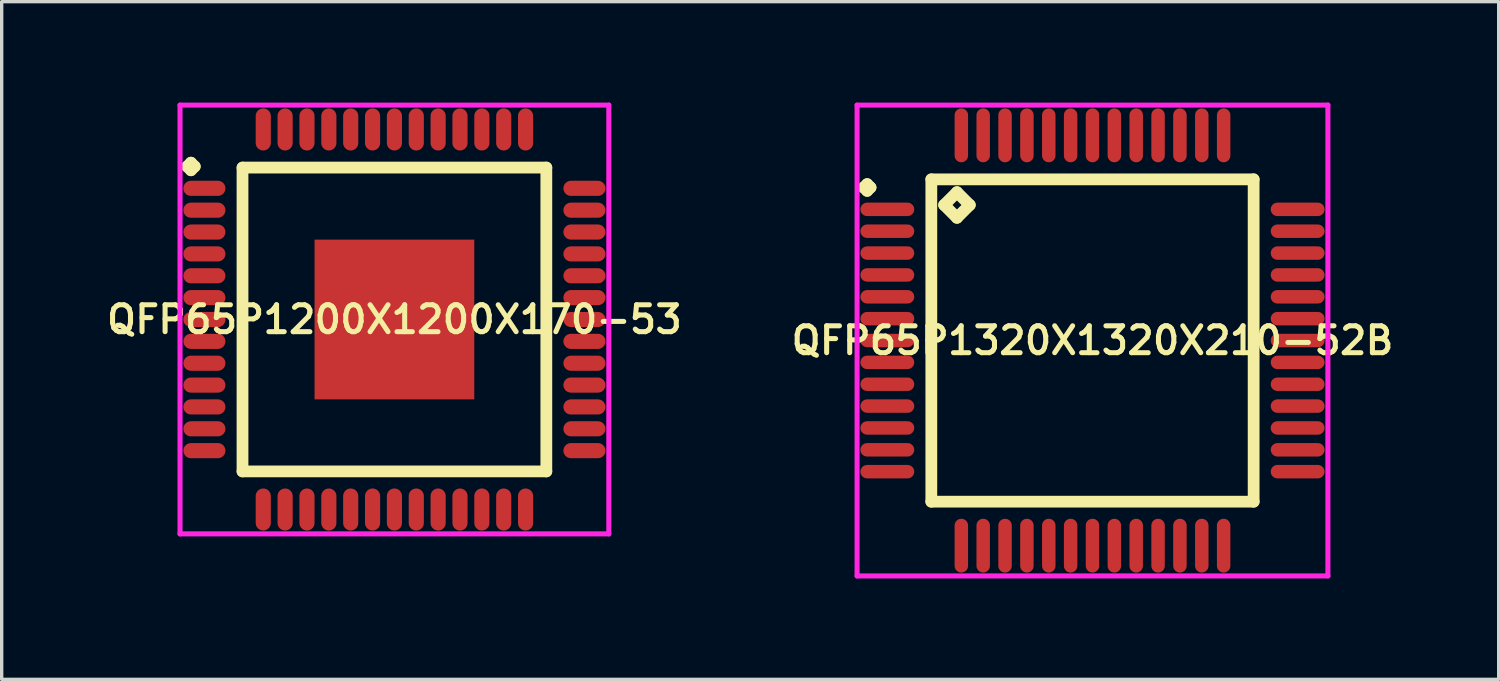
<source format=kicad_pcb>
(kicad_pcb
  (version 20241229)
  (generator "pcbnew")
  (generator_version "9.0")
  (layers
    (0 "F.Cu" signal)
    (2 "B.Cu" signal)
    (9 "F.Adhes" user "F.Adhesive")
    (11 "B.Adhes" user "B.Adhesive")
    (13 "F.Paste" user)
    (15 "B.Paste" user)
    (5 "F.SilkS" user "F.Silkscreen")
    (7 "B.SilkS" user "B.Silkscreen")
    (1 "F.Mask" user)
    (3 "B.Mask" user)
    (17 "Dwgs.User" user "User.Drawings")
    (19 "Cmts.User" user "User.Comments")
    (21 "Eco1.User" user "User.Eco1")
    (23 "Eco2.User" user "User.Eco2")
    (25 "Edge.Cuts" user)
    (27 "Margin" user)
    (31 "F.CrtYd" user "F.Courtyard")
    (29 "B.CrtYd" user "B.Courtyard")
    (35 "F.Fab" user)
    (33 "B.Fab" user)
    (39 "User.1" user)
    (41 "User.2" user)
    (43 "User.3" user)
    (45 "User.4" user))
  (footprint "QFP65P1200X1200X170-53"
    (layer "F.Cu")
    (at 8.678 6.45)
    (property "Reference" "QFP65P1200X1200X170-53" (at 0 0 0) (layer "F.SilkS") (effects (font (size 0.8 0.8) (thickness 0.15))))
    (attr smd)
    (fp_line (start -6.162 -4.55) (end -6.05 -4.662) (stroke (width 0.35) (type solid)) (layer "F.SilkS"))
    (fp_line (start -6.05 -4.662) (end -5.938 -4.55) (stroke (width 0.35) (type solid)) (layer "F.SilkS"))
    (fp_line (start -6.05 -4.438) (end -6.162 -4.55) (stroke (width 0.35) (type solid)) (layer "F.SilkS"))
    (fp_line (start -5.938 -4.55) (end -6.05 -4.438) (stroke (width 0.35) (type solid)) (layer "F.SilkS"))
    (fp_line (start -4.517 -4.517) (end -4.517 4.517) (stroke (width 0.35) (type solid)) (layer "F.SilkS"))
    (fp_line (start -4.517 4.517) (end 4.517 4.517) (stroke (width 0.35) (type solid)) (layer "F.SilkS"))
    (fp_line (start 4.517 -4.517) (end -4.517 -4.517) (stroke (width 0.35) (type solid)) (layer "F.SilkS"))
    (fp_line (start 4.517 4.517) (end 4.517 -4.517) (stroke (width 0.35) (type solid)) (layer "F.SilkS"))
    (fp_line (start -6.375 -6.375) (end 6.375 -6.375) (stroke (width 0.15) (type solid)) (layer "F.CrtYd"))
    (fp_line (start -6.375 6.375) (end -6.375 -6.375) (stroke (width 0.15) (type solid)) (layer "F.CrtYd"))
    (fp_line (start 6.375 -6.375) (end 6.375 6.375) (stroke (width 0.15) (type solid)) (layer "F.CrtYd"))
    (fp_line (start 6.375 6.375) (end -6.375 6.375) (stroke (width 0.15) (type solid)) (layer "F.CrtYd"))
    (pad "1" smd oval (at -5.65 -3.9) (size 1.25 0.45) (layers "F.Cu" "F.Mask" "F.Paste"))
    (pad "2" smd oval (at -5.65 -3.25) (size 1.25 0.45) (layers "F.Cu" "F.Mask" "F.Paste"))
    (pad "3" smd oval (at -5.65 -2.6) (size 1.25 0.45) (layers "F.Cu" "F.Mask" "F.Paste"))
    (pad "4" smd oval (at -5.65 -1.95) (size 1.25 0.45) (layers "F.Cu" "F.Mask" "F.Paste"))
    (pad "5" smd oval (at -5.65 -1.3) (size 1.25 0.45) (layers "F.Cu" "F.Mask" "F.Paste"))
    (pad "6" smd oval (at -5.65 -0.65) (size 1.25 0.45) (layers "F.Cu" "F.Mask" "F.Paste"))
    (pad "7" smd oval (at -5.65 0) (size 1.25 0.45) (layers "F.Cu" "F.Mask" "F.Paste"))
    (pad "8" smd oval (at -5.65 0.65) (size 1.25 0.45) (layers "F.Cu" "F.Mask" "F.Paste"))
    (pad "9" smd oval (at -5.65 1.3) (size 1.25 0.45) (layers "F.Cu" "F.Mask" "F.Paste"))
    (pad "10" smd oval (at -5.65 1.95) (size 1.25 0.45) (layers "F.Cu" "F.Mask" "F.Paste"))
    (pad "11" smd oval (at -5.65 2.6) (size 1.25 0.45) (layers "F.Cu" "F.Mask" "F.Paste"))
    (pad "12" smd oval (at -5.65 3.25) (size 1.25 0.45) (layers "F.Cu" "F.Mask" "F.Paste"))
    (pad "13" smd oval (at -5.65 3.9) (size 1.25 0.45) (layers "F.Cu" "F.Mask" "F.Paste"))
    (pad "14" smd oval (at -3.9 5.65) (size 0.45 1.25) (layers "F.Cu" "F.Mask" "F.Paste"))
    (pad "15" smd oval (at -3.25 5.65) (size 0.45 1.25) (layers "F.Cu" "F.Mask" "F.Paste"))
    (pad "16" smd oval (at -2.6 5.65) (size 0.45 1.25) (layers "F.Cu" "F.Mask" "F.Paste"))
    (pad "17" smd oval (at -1.95 5.65) (size 0.45 1.25) (layers "F.Cu" "F.Mask" "F.Paste"))
    (pad "18" smd oval (at -1.3 5.65) (size 0.45 1.25) (layers "F.Cu" "F.Mask" "F.Paste"))
    (pad "19" smd oval (at -0.65 5.65) (size 0.45 1.25) (layers "F.Cu" "F.Mask" "F.Paste"))
    (pad "20" smd oval (at 0 5.65) (size 0.45 1.25) (layers "F.Cu" "F.Mask" "F.Paste"))
    (pad "21" smd oval (at 0.65 5.65) (size 0.45 1.25) (layers "F.Cu" "F.Mask" "F.Paste"))
    (pad "22" smd oval (at 1.3 5.65) (size 0.45 1.25) (layers "F.Cu" "F.Mask" "F.Paste"))
    (pad "23" smd oval (at 1.95 5.65) (size 0.45 1.25) (layers "F.Cu" "F.Mask" "F.Paste"))
    (pad "24" smd oval (at 2.6 5.65) (size 0.45 1.25) (layers "F.Cu" "F.Mask" "F.Paste"))
    (pad "25" smd oval (at 3.25 5.65) (size 0.45 1.25) (layers "F.Cu" "F.Mask" "F.Paste"))
    (pad "26" smd oval (at 3.9 5.65) (size 0.45 1.25) (layers "F.Cu" "F.Mask" "F.Paste"))
    (pad "27" smd oval (at 5.65 3.9) (size 1.25 0.45) (layers "F.Cu" "F.Mask" "F.Paste"))
    (pad "28" smd oval (at 5.65 3.25) (size 1.25 0.45) (layers "F.Cu" "F.Mask" "F.Paste"))
    (pad "29" smd oval (at 5.65 2.6) (size 1.25 0.45) (layers "F.Cu" "F.Mask" "F.Paste"))
    (pad "30" smd oval (at 5.65 1.95) (size 1.25 0.45) (layers "F.Cu" "F.Mask" "F.Paste"))
    (pad "31" smd oval (at 5.65 1.3) (size 1.25 0.45) (layers "F.Cu" "F.Mask" "F.Paste"))
    (pad "32" smd oval (at 5.65 0.65) (size 1.25 0.45) (layers "F.Cu" "F.Mask" "F.Paste"))
    (pad "33" smd oval (at 5.65 0) (size 1.25 0.45) (layers "F.Cu" "F.Mask" "F.Paste"))
    (pad "34" smd oval (at 5.65 -0.65) (size 1.25 0.45) (layers "F.Cu" "F.Mask" "F.Paste"))
    (pad "35" smd oval (at 5.65 -1.3) (size 1.25 0.45) (layers "F.Cu" "F.Mask" "F.Paste"))
    (pad "36" smd oval (at 5.65 -1.95) (size 1.25 0.45) (layers "F.Cu" "F.Mask" "F.Paste"))
    (pad "37" smd oval (at 5.65 -2.6) (size 1.25 0.45) (layers "F.Cu" "F.Mask" "F.Paste"))
    (pad "38" smd oval (at 5.65 -3.25) (size 1.25 0.45) (layers "F.Cu" "F.Mask" "F.Paste"))
    (pad "39" smd oval (at 5.65 -3.9) (size 1.25 0.45) (layers "F.Cu" "F.Mask" "F.Paste"))
    (pad "40" smd oval (at 3.9 -5.65) (size 0.45 1.25) (layers "F.Cu" "F.Mask" "F.Paste"))
    (pad "41" smd oval (at 3.25 -5.65) (size 0.45 1.25) (layers "F.Cu" "F.Mask" "F.Paste"))
    (pad "42" smd oval (at 2.6 -5.65) (size 0.45 1.25) (layers "F.Cu" "F.Mask" "F.Paste"))
    (pad "43" smd oval (at 1.95 -5.65) (size 0.45 1.25) (layers "F.Cu" "F.Mask" "F.Paste"))
    (pad "44" smd oval (at 1.3 -5.65) (size 0.45 1.25) (layers "F.Cu" "F.Mask" "F.Paste"))
    (pad "45" smd oval (at 0.65 -5.65) (size 0.45 1.25) (layers "F.Cu" "F.Mask" "F.Paste"))
    (pad "46" smd oval (at 0 -5.65) (size 0.45 1.25) (layers "F.Cu" "F.Mask" "F.Paste"))
    (pad "47" smd oval (at -0.65 -5.65) (size 0.45 1.25) (layers "F.Cu" "F.Mask" "F.Paste"))
    (pad "48" smd oval (at -1.3 -5.65) (size 0.45 1.25) (layers "F.Cu" "F.Mask" "F.Paste"))
    (pad "49" smd oval (at -1.95 -5.65) (size 0.45 1.25) (layers "F.Cu" "F.Mask" "F.Paste"))
    (pad "50" smd oval (at -2.6 -5.65) (size 0.45 1.25) (layers "F.Cu" "F.Mask" "F.Paste"))
    (pad "51" smd oval (at -3.25 -5.65) (size 0.45 1.25) (layers "F.Cu" "F.Mask" "F.Paste"))
    (pad "52" smd oval (at -3.9 -5.65) (size 0.45 1.25) (layers "F.Cu" "F.Mask" "F.Paste"))
    (pad "53" smd rect (at 0 0) (size 4.75 4.75) (layers "F.Cu" "F.Mask" "F.Paste")))
  (footprint "QFP65P1320X1320X210-52B"
    (layer "F.Cu")
    (at 29.435 7.075)
    (property "Reference" "QFP65P1320X1320X210-52B" (at 0 0 0) (layer "F.SilkS") (effects (font (size 0.8 0.8) (thickness 0.15))))
    (attr smd)
    (fp_line (start -6.8 -4.55) (end -6.7 -4.65) (stroke (width 0.35) (type solid)) (layer "F.SilkS"))
    (fp_line (start -6.7 -4.65) (end -6.6 -4.55) (stroke (width 0.35) (type solid)) (layer "F.SilkS"))
    (fp_line (start -6.7 -4.45) (end -6.8 -4.55) (stroke (width 0.35) (type solid)) (layer "F.SilkS"))
    (fp_line (start -6.6 -4.55) (end -6.7 -4.45) (stroke (width 0.35) (type solid)) (layer "F.SilkS"))
    (fp_line (start -4.792 -4.792) (end -4.792 4.792) (stroke (width 0.35) (type solid)) (layer "F.SilkS"))
    (fp_line (start -4.792 4.792) (end 4.792 4.792) (stroke (width 0.35) (type solid)) (layer "F.SilkS"))
    (fp_line (start -4.411 -4.03) (end -4.03 -4.411) (stroke (width 0.35) (type solid)) (layer "F.SilkS"))
    (fp_line (start -4.03 -4.411) (end -3.649 -4.03) (stroke (width 0.35) (type solid)) (layer "F.SilkS"))
    (fp_line (start -4.03 -3.649) (end -4.411 -4.03) (stroke (width 0.35) (type solid)) (layer "F.SilkS"))
    (fp_line (start -3.649 -4.03) (end -4.03 -3.649) (stroke (width 0.35) (type solid)) (layer "F.SilkS"))
    (fp_line (start 4.792 -4.792) (end -4.792 -4.792) (stroke (width 0.35) (type solid)) (layer "F.SilkS"))
    (fp_line (start 4.792 4.792) (end 4.792 -4.792) (stroke (width 0.35) (type solid)) (layer "F.SilkS"))
    (fp_line (start -7 -7) (end 7 -7) (stroke (width 0.15) (type solid)) (layer "F.CrtYd"))
    (fp_line (start -7 7) (end -7 -7) (stroke (width 0.15) (type solid)) (layer "F.CrtYd"))
    (fp_line (start 7 -7) (end 7 7) (stroke (width 0.15) (type solid)) (layer "F.CrtYd"))
    (fp_line (start 7 7) (end -7 7) (stroke (width 0.15) (type solid)) (layer "F.CrtYd"))
    (pad "1" smd oval (at -6.1 -3.9) (size 1.6 0.4) (layers "F.Cu" "F.Mask" "F.Paste"))
    (pad "2" smd oval (at -6.1 -3.25) (size 1.6 0.4) (layers "F.Cu" "F.Mask" "F.Paste"))
    (pad "3" smd oval (at -6.1 -2.6) (size 1.6 0.4) (layers "F.Cu" "F.Mask" "F.Paste"))
    (pad "4" smd oval (at -6.1 -1.95) (size 1.6 0.4) (layers "F.Cu" "F.Mask" "F.Paste"))
    (pad "5" smd oval (at -6.1 -1.3) (size 1.6 0.4) (layers "F.Cu" "F.Mask" "F.Paste"))
    (pad "6" smd oval (at -6.1 -0.65) (size 1.6 0.4) (layers "F.Cu" "F.Mask" "F.Paste"))
    (pad "7" smd oval (at -6.1 0) (size 1.6 0.4) (layers "F.Cu" "F.Mask" "F.Paste"))
    (pad "8" smd oval (at -6.1 0.65) (size 1.6 0.4) (layers "F.Cu" "F.Mask" "F.Paste"))
    (pad "9" smd oval (at -6.1 1.3) (size 1.6 0.4) (layers "F.Cu" "F.Mask" "F.Paste"))
    (pad "10" smd oval (at -6.1 1.95) (size 1.6 0.4) (layers "F.Cu" "F.Mask" "F.Paste"))
    (pad "11" smd oval (at -6.1 2.6) (size 1.6 0.4) (layers "F.Cu" "F.Mask" "F.Paste"))
    (pad "12" smd oval (at -6.1 3.25) (size 1.6 0.4) (layers "F.Cu" "F.Mask" "F.Paste"))
    (pad "13" smd oval (at -6.1 3.9) (size 1.6 0.4) (layers "F.Cu" "F.Mask" "F.Paste"))
    (pad "14" smd oval (at -3.9 6.1) (size 0.4 1.6) (layers "F.Cu" "F.Mask" "F.Paste"))
    (pad "15" smd oval (at -3.25 6.1) (size 0.4 1.6) (layers "F.Cu" "F.Mask" "F.Paste"))
    (pad "16" smd oval (at -2.6 6.1) (size 0.4 1.6) (layers "F.Cu" "F.Mask" "F.Paste"))
    (pad "17" smd oval (at -1.95 6.1) (size 0.4 1.6) (layers "F.Cu" "F.Mask" "F.Paste"))
    (pad "18" smd oval (at -1.3 6.1) (size 0.4 1.6) (layers "F.Cu" "F.Mask" "F.Paste"))
    (pad "19" smd oval (at -0.65 6.1) (size 0.4 1.6) (layers "F.Cu" "F.Mask" "F.Paste"))
    (pad "20" smd oval (at 0 6.1) (size 0.4 1.6) (layers "F.Cu" "F.Mask" "F.Paste"))
    (pad "21" smd oval (at 0.65 6.1) (size 0.4 1.6) (layers "F.Cu" "F.Mask" "F.Paste"))
    (pad "22" smd oval (at 1.3 6.1) (size 0.4 1.6) (layers "F.Cu" "F.Mask" "F.Paste"))
    (pad "23" smd oval (at 1.95 6.1) (size 0.4 1.6) (layers "F.Cu" "F.Mask" "F.Paste"))
    (pad "24" smd oval (at 2.6 6.1) (size 0.4 1.6) (layers "F.Cu" "F.Mask" "F.Paste"))
    (pad "25" smd oval (at 3.25 6.1) (size 0.4 1.6) (layers "F.Cu" "F.Mask" "F.Paste"))
    (pad "26" smd oval (at 3.9 6.1) (size 0.4 1.6) (layers "F.Cu" "F.Mask" "F.Paste"))
    (pad "27" smd oval (at 6.1 3.9) (size 1.6 0.4) (layers "F.Cu" "F.Mask" "F.Paste"))
    (pad "28" smd oval (at 6.1 3.25) (size 1.6 0.4) (layers "F.Cu" "F.Mask" "F.Paste"))
    (pad "29" smd oval (at 6.1 2.6) (size 1.6 0.4) (layers "F.Cu" "F.Mask" "F.Paste"))
    (pad "30" smd oval (at 6.1 1.95) (size 1.6 0.4) (layers "F.Cu" "F.Mask" "F.Paste"))
    (pad "31" smd oval (at 6.1 1.3) (size 1.6 0.4) (layers "F.Cu" "F.Mask" "F.Paste"))
    (pad "32" smd oval (at 6.1 0.65) (size 1.6 0.4) (layers "F.Cu" "F.Mask" "F.Paste"))
    (pad "33" smd oval (at 6.1 0) (size 1.6 0.4) (layers "F.Cu" "F.Mask" "F.Paste"))
    (pad "34" smd oval (at 6.1 -0.65) (size 1.6 0.4) (layers "F.Cu" "F.Mask" "F.Paste"))
    (pad "35" smd oval (at 6.1 -1.3) (size 1.6 0.4) (layers "F.Cu" "F.Mask" "F.Paste"))
    (pad "36" smd oval (at 6.1 -1.95) (size 1.6 0.4) (layers "F.Cu" "F.Mask" "F.Paste"))
    (pad "37" smd oval (at 6.1 -2.6) (size 1.6 0.4) (layers "F.Cu" "F.Mask" "F.Paste"))
    (pad "38" smd oval (at 6.1 -3.25) (size 1.6 0.4) (layers "F.Cu" "F.Mask" "F.Paste"))
    (pad "39" smd oval (at 6.1 -3.9) (size 1.6 0.4) (layers "F.Cu" "F.Mask" "F.Paste"))
    (pad "40" smd oval (at 3.9 -6.1) (size 0.4 1.6) (layers "F.Cu" "F.Mask" "F.Paste"))
    (pad "41" smd oval (at 3.25 -6.1) (size 0.4 1.6) (layers "F.Cu" "F.Mask" "F.Paste"))
    (pad "42" smd oval (at 2.6 -6.1) (size 0.4 1.6) (layers "F.Cu" "F.Mask" "F.Paste"))
    (pad "43" smd oval (at 1.95 -6.1) (size 0.4 1.6) (layers "F.Cu" "F.Mask" "F.Paste"))
    (pad "44" smd oval (at 1.3 -6.1) (size 0.4 1.6) (layers "F.Cu" "F.Mask" "F.Paste"))
    (pad "45" smd oval (at 0.65 -6.1) (size 0.4 1.6) (layers "F.Cu" "F.Mask" "F.Paste"))
    (pad "46" smd oval (at 0 -6.1) (size 0.4 1.6) (layers "F.Cu" "F.Mask" "F.Paste"))
    (pad "47" smd oval (at -0.65 -6.1) (size 0.4 1.6) (layers "F.Cu" "F.Mask" "F.Paste"))
    (pad "48" smd oval (at -1.3 -6.1) (size 0.4 1.6) (layers "F.Cu" "F.Mask" "F.Paste"))
    (pad "49" smd oval (at -1.95 -6.1) (size 0.4 1.6) (layers "F.Cu" "F.Mask" "F.Paste"))
    (pad "50" smd oval (at -2.6 -6.1) (size 0.4 1.6) (layers "F.Cu" "F.Mask" "F.Paste"))
    (pad "51" smd oval (at -3.25 -6.1) (size 0.4 1.6) (layers "F.Cu" "F.Mask" "F.Paste"))
    (pad "52" smd oval (at -3.9 -6.1) (size 0.4 1.6) (layers "F.Cu" "F.Mask" "F.Paste")))
  (gr_rect
    (start -3 -3)
    (end 41.513 17.15)
    (stroke (width 0.1) (type default))
    (fill no)
    (layer "Edge.Cuts")))
</source>
